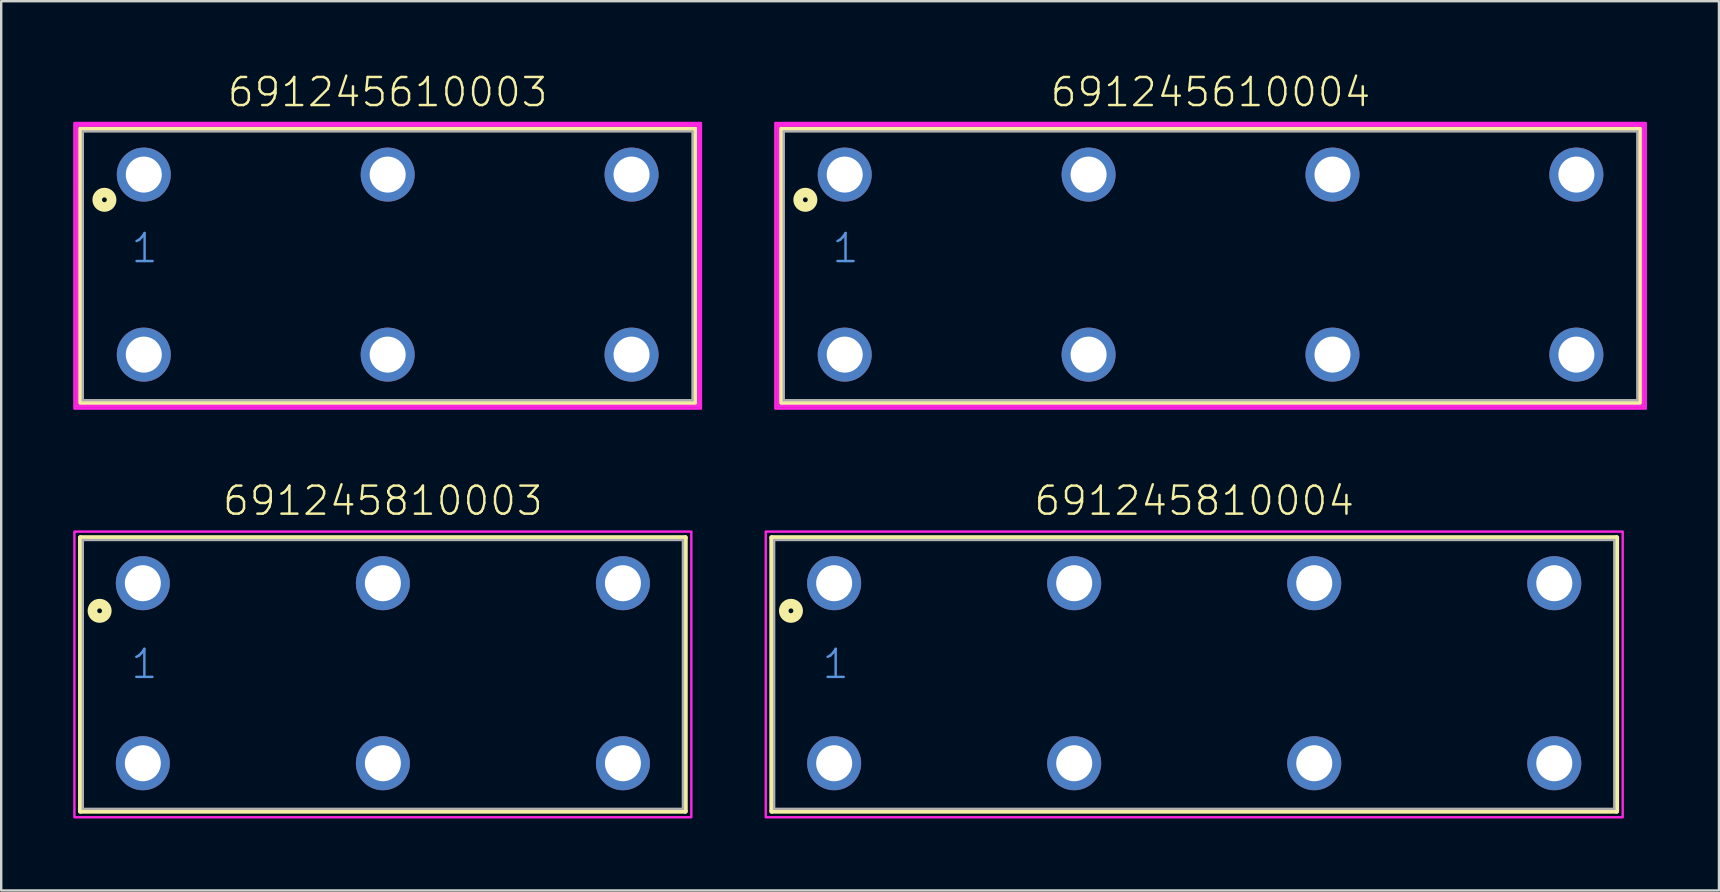
<source format=kicad_pcb>
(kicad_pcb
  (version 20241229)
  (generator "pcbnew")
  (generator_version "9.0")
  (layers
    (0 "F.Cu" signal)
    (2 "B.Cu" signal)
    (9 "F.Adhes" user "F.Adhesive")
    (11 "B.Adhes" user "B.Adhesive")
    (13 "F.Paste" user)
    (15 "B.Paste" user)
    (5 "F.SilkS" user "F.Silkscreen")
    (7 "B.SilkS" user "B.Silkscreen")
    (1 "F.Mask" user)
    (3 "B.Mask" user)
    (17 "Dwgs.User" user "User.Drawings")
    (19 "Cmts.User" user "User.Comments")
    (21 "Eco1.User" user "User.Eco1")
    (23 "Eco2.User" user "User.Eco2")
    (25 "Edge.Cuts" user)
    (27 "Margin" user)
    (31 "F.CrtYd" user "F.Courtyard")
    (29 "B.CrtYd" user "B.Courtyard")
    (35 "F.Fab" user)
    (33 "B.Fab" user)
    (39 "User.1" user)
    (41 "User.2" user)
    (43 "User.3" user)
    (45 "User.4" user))
  (footprint "691245810004"
    (layer "F.Cu")
    (at 46.7 24.996)
    (property "Reference" "691245810004" (at 0 -6.5 0) (unlocked yes) (layer "F.SilkS") (effects (font (size 1.168 1.168) (thickness 0.102)) (justify bottom)))
    (fp_line (start -17.6 -5.65) (end 17.6 -5.65) (stroke (width 0.2) (type solid)) (layer "F.SilkS"))
    (fp_line (start -17.6 5.75) (end -17.6 -5.65) (stroke (width 0.2) (type solid)) (layer "F.SilkS"))
    (fp_line (start 17.6 -5.65) (end 17.6 5.75) (stroke (width 0.2) (type solid)) (layer "F.SilkS"))
    (fp_line (start 17.6 5.75) (end -17.6 5.75) (stroke (width 0.2) (type solid)) (layer "F.SilkS"))
    (fp_circle (center -16.8 -2.6) (end -16.7 -2.6) (stroke (width 0.4) (type solid)) (fill no) (layer "F.SilkS"))
    (fp_poly (pts (xy 17.85 6) (xy -17.85 6) (xy -17.85 -5.9) (xy 17.85 -5.9)) (stroke (width 0.1) (type default)) (fill no) (layer "F.CrtYd"))
    (fp_line (start -17.5 -5.55) (end 17.5 -5.55) (stroke (width 0.1) (type solid)) (layer "F.Fab"))
    (fp_line (start -17.5 5.65) (end -17.5 -5.55) (stroke (width 0.1) (type solid)) (layer "F.Fab"))
    (fp_line (start 17.5 -5.55) (end 17.5 5.65) (stroke (width 0.1) (type solid)) (layer "F.Fab"))
    (fp_line (start 17.5 5.65) (end -17.5 5.65) (stroke (width 0.1) (type solid)) (layer "F.Fab"))
    (fp_text user "1" (at -15.56 0.3 0) (unlocked yes) (layer "Cmts.User") (effects (font (size 1.168 1.168) (thickness 0.102)) (justify left bottom)))
    (pad "1" thru_hole circle (at -15 -3.75) (size 2.25 2.25) (drill 1.5) (layers "*.Cu" "*.Mask"))
    (pad "2" thru_hole circle (at -5 -3.75) (size 2.25 2.25) (drill 1.5) (layers "*.Cu" "*.Mask"))
    (pad "3" thru_hole circle (at 5 -3.75) (size 2.25 2.25) (drill 1.5) (layers "*.Cu" "*.Mask"))
    (pad "4" thru_hole circle (at 15 -3.75) (size 2.25 2.25) (drill 1.5) (layers "*.Cu" "*.Mask"))
    (pad "A1" thru_hole circle (at -15 3.75) (size 2.25 2.25) (drill 1.5) (layers "*.Cu" "*.Mask"))
    (pad "A2" thru_hole circle (at -5 3.75) (size 2.25 2.25) (drill 1.5) (layers "*.Cu" "*.Mask"))
    (pad "A3" thru_hole circle (at 5 3.75) (size 2.25 2.25) (drill 1.5) (layers "*.Cu" "*.Mask"))
    (pad "A4" thru_hole circle (at 15 3.75) (size 2.25 2.25) (drill 1.5) (layers "*.Cu" "*.Mask")))
  (footprint "691245610004"
    (layer "F.Cu")
    (at 47.38 7.973)
    (property "Reference" "691245610004" (at 0 -6.5 0) (unlocked yes) (layer "F.SilkS") (effects (font (size 1.168 1.168) (thickness 0.102)) (justify bottom)))
    (fp_line (start -17.88 -5.65) (end 17.88 -5.65) (stroke (width 0.2) (type solid)) (layer "F.SilkS"))
    (fp_line (start -17.88 5.75) (end -17.88 -5.65) (stroke (width 0.2) (type solid)) (layer "F.SilkS"))
    (fp_line (start 17.88 -5.65) (end 17.88 5.75) (stroke (width 0.2) (type solid)) (layer "F.SilkS"))
    (fp_line (start 17.88 5.75) (end -17.88 5.75) (stroke (width 0.2) (type solid)) (layer "F.SilkS"))
    (fp_circle (center -16.88 -2.7) (end -16.78 -2.7) (stroke (width 0.4) (type solid)) (fill no) (layer "F.SilkS"))
    (fp_line (start -18.03 -5.8) (end 18.03 -5.8) (stroke (width 0.127) (type solid)) (layer "F.CrtYd"))
    (fp_line (start -18.03 5.9) (end -18.03 -5.8) (stroke (width 0.127) (type solid)) (layer "F.CrtYd"))
    (fp_line (start 18.03 -5.8) (end 18.03 5.9) (stroke (width 0.127) (type solid)) (layer "F.CrtYd"))
    (fp_line (start 18.03 5.9) (end -18.03 5.9) (stroke (width 0.127) (type solid)) (layer "F.CrtYd"))
    (fp_poly (pts (xy 18.13 6) (xy -18.13 6) (xy -18.13 -5.9) (xy 18.13 -5.9)) (stroke (width 0.1) (type default)) (fill no) (layer "F.CrtYd"))
    (fp_line (start -17.78 -5.55) (end 17.78 -5.55) (stroke (width 0.1) (type solid)) (layer "F.Fab"))
    (fp_line (start -17.78 5.65) (end -17.78 -5.55) (stroke (width 0.1) (type solid)) (layer "F.Fab"))
    (fp_line (start 17.78 -5.55) (end 17.78 5.65) (stroke (width 0.1) (type solid)) (layer "F.Fab"))
    (fp_line (start 17.78 5.65) (end -17.78 5.65) (stroke (width 0.1) (type solid)) (layer "F.Fab"))
    (fp_text user "1" (at -15.83 0 0) (unlocked yes) (layer "Cmts.User") (effects (font (size 1.168 1.168) (thickness 0.102)) (justify left bottom)))
    (pad "1" thru_hole circle (at -15.24 -3.75) (size 2.25 2.25) (drill 1.5) (layers "*.Cu" "*.Mask"))
    (pad "2" thru_hole circle (at -5.08 -3.75) (size 2.25 2.25) (drill 1.5) (layers "*.Cu" "*.Mask"))
    (pad "3" thru_hole circle (at 5.08 -3.75) (size 2.25 2.25) (drill 1.5) (layers "*.Cu" "*.Mask"))
    (pad "4" thru_hole circle (at 15.24 -3.75) (size 2.25 2.25) (drill 1.5) (layers "*.Cu" "*.Mask"))
    (pad "A1" thru_hole circle (at -15.24 3.75) (size 2.25 2.25) (drill 1.5) (layers "*.Cu" "*.Mask"))
    (pad "A2" thru_hole circle (at -5.08 3.75) (size 2.25 2.25) (drill 1.5) (layers "*.Cu" "*.Mask"))
    (pad "A3" thru_hole circle (at 5.08 3.75) (size 2.25 2.25) (drill 1.5) (layers "*.Cu" "*.Mask"))
    (pad "A4" thru_hole circle (at 15.24 3.75) (size 2.25 2.25) (drill 1.5) (layers "*.Cu" "*.Mask")))
  (footprint "691245810003"
    (layer "F.Cu")
    (at 12.9 24.996)
    (property "Reference" "691245810003" (at 0 -6.5 0) (unlocked yes) (layer "F.SilkS") (effects (font (size 1.168 1.168) (thickness 0.102)) (justify bottom)))
    (fp_line (start -12.6 -5.65) (end 12.6 -5.65) (stroke (width 0.2) (type solid)) (layer "F.SilkS"))
    (fp_line (start -12.6 5.75) (end -12.6 -5.65) (stroke (width 0.2) (type solid)) (layer "F.SilkS"))
    (fp_line (start 12.6 -5.65) (end 12.6 5.75) (stroke (width 0.2) (type solid)) (layer "F.SilkS"))
    (fp_line (start 12.6 5.75) (end -12.6 5.75) (stroke (width 0.2) (type solid)) (layer "F.SilkS"))
    (fp_circle (center -11.8 -2.6) (end -11.7 -2.6) (stroke (width 0.4) (type solid)) (fill no) (layer "F.SilkS"))
    (fp_poly (pts (xy 12.85 6) (xy -12.85 6) (xy -12.85 -5.9) (xy 12.85 -5.9)) (stroke (width 0.1) (type default)) (fill no) (layer "F.CrtYd"))
    (fp_line (start -12.5 -5.55) (end 12.5 -5.55) (stroke (width 0.1) (type solid)) (layer "F.Fab"))
    (fp_line (start -12.5 5.65) (end -12.5 -5.55) (stroke (width 0.1) (type solid)) (layer "F.Fab"))
    (fp_line (start 12.5 -5.55) (end 12.5 5.65) (stroke (width 0.1) (type solid)) (layer "F.Fab"))
    (fp_line (start 12.5 5.65) (end -12.5 5.65) (stroke (width 0.1) (type solid)) (layer "F.Fab"))
    (fp_text user "1" (at -10.56 0.3 0) (unlocked yes) (layer "Cmts.User") (effects (font (size 1.168 1.168) (thickness 0.102)) (justify left bottom)))
    (pad "1" thru_hole circle (at -10 -3.75) (size 2.25 2.25) (drill 1.5) (layers "*.Cu" "*.Mask"))
    (pad "2" thru_hole circle (at 0 -3.75) (size 2.25 2.25) (drill 1.5) (layers "*.Cu" "*.Mask"))
    (pad "3" thru_hole circle (at 10 -3.75) (size 2.25 2.25) (drill 1.5) (layers "*.Cu" "*.Mask"))
    (pad "A1" thru_hole circle (at -10 3.75) (size 2.25 2.25) (drill 1.5) (layers "*.Cu" "*.Mask"))
    (pad "A2" thru_hole circle (at 0 3.75) (size 2.25 2.25) (drill 1.5) (layers "*.Cu" "*.Mask"))
    (pad "A3" thru_hole circle (at 10 3.75) (size 2.25 2.25) (drill 1.5) (layers "*.Cu" "*.Mask")))
  (footprint "691245610003"
    (layer "F.Cu")
    (at 13.1 7.973)
    (property "Reference" "691245610003" (at 0 -6.5 0) (unlocked yes) (layer "F.SilkS") (effects (font (size 1.168 1.168) (thickness 0.102)) (justify bottom)))
    (fp_line (start -12.8 -5.65) (end 12.8 -5.65) (stroke (width 0.2) (type solid)) (layer "F.SilkS"))
    (fp_line (start -12.8 5.75) (end -12.8 -5.65) (stroke (width 0.2) (type solid)) (layer "F.SilkS"))
    (fp_line (start 12.8 -5.65) (end 12.8 5.75) (stroke (width 0.2) (type solid)) (layer "F.SilkS"))
    (fp_line (start 12.8 5.75) (end -12.8 5.75) (stroke (width 0.2) (type solid)) (layer "F.SilkS"))
    (fp_circle (center -11.8 -2.7) (end -11.7 -2.7) (stroke (width 0.4) (type solid)) (fill no) (layer "F.SilkS"))
    (fp_line (start -12.95 -5.8) (end 12.95 -5.8) (stroke (width 0.127) (type solid)) (layer "F.CrtYd"))
    (fp_line (start -12.95 5.9) (end -12.95 -5.8) (stroke (width 0.127) (type solid)) (layer "F.CrtYd"))
    (fp_line (start 12.95 -5.8) (end 12.95 5.9) (stroke (width 0.127) (type solid)) (layer "F.CrtYd"))
    (fp_line (start 12.95 5.9) (end -12.95 5.9) (stroke (width 0.127) (type solid)) (layer "F.CrtYd"))
    (fp_poly (pts (xy 13.05 6) (xy -13.05 6) (xy -13.05 -5.9) (xy 13.05 -5.9)) (stroke (width 0.1) (type default)) (fill no) (layer "F.CrtYd"))
    (fp_line (start -12.7 -5.55) (end 12.7 -5.55) (stroke (width 0.1) (type solid)) (layer "F.Fab"))
    (fp_line (start -12.7 5.65) (end -12.7 -5.55) (stroke (width 0.1) (type solid)) (layer "F.Fab"))
    (fp_line (start 12.7 -5.55) (end 12.7 5.65) (stroke (width 0.1) (type solid)) (layer "F.Fab"))
    (fp_line (start 12.7 5.65) (end -12.7 5.65) (stroke (width 0.1) (type solid)) (layer "F.Fab"))
    (fp_text user "1" (at -10.75 0 0) (unlocked yes) (layer "Cmts.User") (effects (font (size 1.168 1.168) (thickness 0.102)) (justify left bottom)))
    (pad "1" thru_hole circle (at -10.16 -3.75) (size 2.25 2.25) (drill 1.5) (layers "*.Cu" "*.Mask"))
    (pad "2" thru_hole circle (at 0 -3.75) (size 2.25 2.25) (drill 1.5) (layers "*.Cu" "*.Mask"))
    (pad "3" thru_hole circle (at 10.16 -3.75) (size 2.25 2.25) (drill 1.5) (layers "*.Cu" "*.Mask"))
    (pad "A1" thru_hole circle (at -10.16 3.75) (size 2.25 2.25) (drill 1.5) (layers "*.Cu" "*.Mask"))
    (pad "A2" thru_hole circle (at 0 3.75) (size 2.25 2.25) (drill 1.5) (layers "*.Cu" "*.Mask"))
    (pad "A3" thru_hole circle (at 10.16 3.75) (size 2.25 2.25) (drill 1.5) (layers "*.Cu" "*.Mask")))
  (gr_rect
    (start -3 -3)
    (end 68.56 34.046)
    (stroke (width 0.1) (type default))
    (fill no)
    (layer "Edge.Cuts")))
</source>
